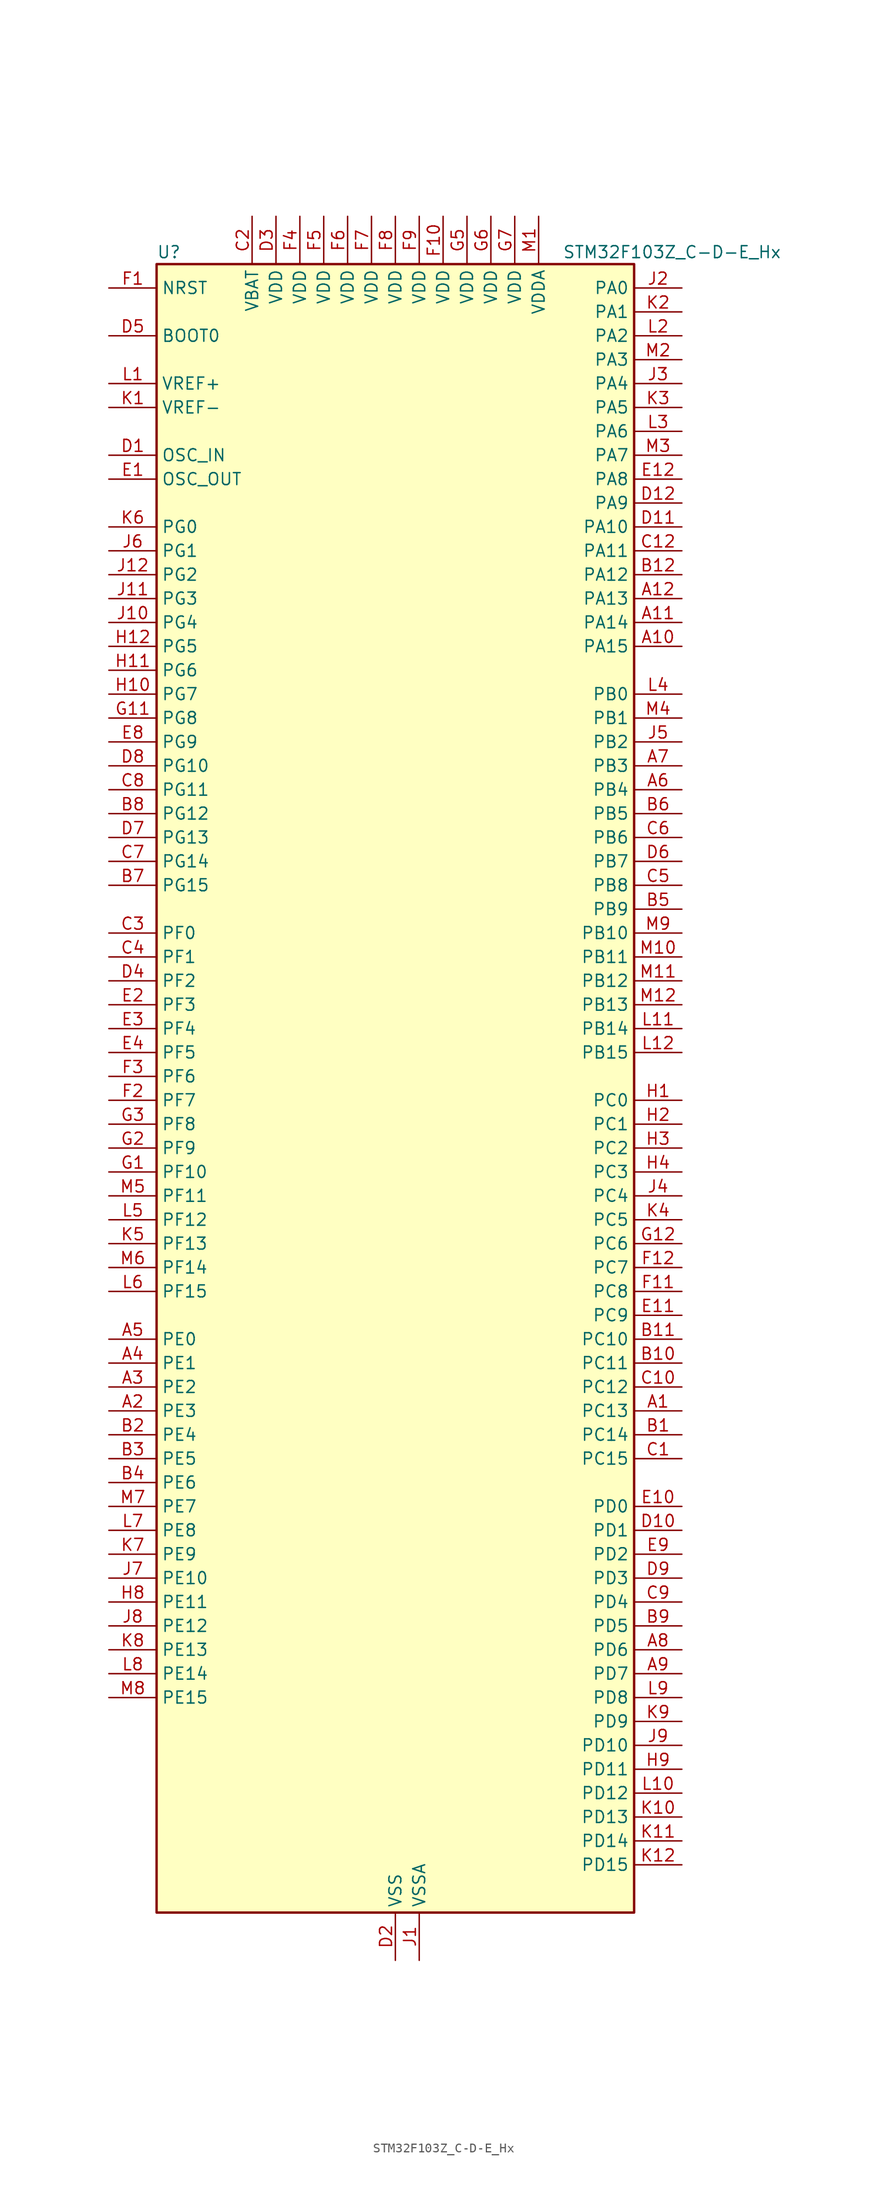
<source format=kicad_sym>
(kicad_symbol_lib
  (version 20231120)
  (generator "kicad_symbol_editor")
  (generator_version "8.0")
  (symbol "STM32F103Z_C-D-E_Hx"
    (property "Reference" "U"
      (at -25.4 90.17 0)
      (effects (font (size 1.27 1.27)) (justify left)))
    (property "Value" "STM32F103Z_C-D-E_Hx"
      (at 17.78 90.17 0)
      (effects (font (size 1.27 1.27)) (justify left)))
    (property "ki_locked" ""
      (at 0 0 0)
      (effects (font (size 1.27 1.27))))
    (symbol "STM32F103Z_C-D-E_Hx_0_1"
      (rectangle (start -25.4 -86.36) (end 25.4 88.9) (stroke (width 0.254) (type default)) (fill (type background))))
    (symbol "STM32F103Z_C-D-E_Hx_1_1"
      (pin bidirectional line (at 30.48 -33.02 180) (length 5.08) (name "PC13" (effects (font (size 1.27 1.27)))) (number "A1" (effects (font (size 1.27 1.27)))) (alternate "RTC_OUT" bidirectional line) (alternate "RTC_TAMPER" bidirectional line))
      (pin bidirectional line (at 30.48 48.26 180) (length 5.08) (name "PA15" (effects (font (size 1.27 1.27)))) (number "A10" (effects (font (size 1.27 1.27)))) (alternate "ADC1_EXTI15" bidirectional line) (alternate "ADC2_EXTI15" bidirectional line) (alternate "I2S3_WS" bidirectional line) (alternate "SPI1_NSS" bidirectional line) (alternate "SPI3_NSS" bidirectional line) (alternate "SYS_JTDI" bidirectional line) (alternate "TIM2_CH1" bidirectional line) (alternate "TIM2_ETR" bidirectional line))
      (pin bidirectional line (at 30.48 50.8 180) (length 5.08) (name "PA14" (effects (font (size 1.27 1.27)))) (number "A11" (effects (font (size 1.27 1.27)))) (alternate "SYS_JTCK-SWCLK" bidirectional line))
      (pin bidirectional line (at 30.48 53.34 180) (length 5.08) (name "PA13" (effects (font (size 1.27 1.27)))) (number "A12" (effects (font (size 1.27 1.27)))) (alternate "SYS_JTMS-SWDIO" bidirectional line))
      (pin bidirectional line (at -30.48 -33.02 0) (length 5.08) (name "PE3" (effects (font (size 1.27 1.27)))) (number "A2" (effects (font (size 1.27 1.27)))) (alternate "FSMC_A19" bidirectional line) (alternate "SYS_TRACED0" bidirectional line))
      (pin bidirectional line (at -30.48 -30.48 0) (length 5.08) (name "PE2" (effects (font (size 1.27 1.27)))) (number "A3" (effects (font (size 1.27 1.27)))) (alternate "FSMC_A23" bidirectional line) (alternate "SYS_TRACECLK" bidirectional line))
      (pin bidirectional line (at -30.48 -27.94 0) (length 5.08) (name "PE1" (effects (font (size 1.27 1.27)))) (number "A4" (effects (font (size 1.27 1.27)))) (alternate "FSMC_NBL1" bidirectional line))
      (pin bidirectional line (at -30.48 -25.4 0) (length 5.08) (name "PE0" (effects (font (size 1.27 1.27)))) (number "A5" (effects (font (size 1.27 1.27)))) (alternate "FSMC_NBL0" bidirectional line) (alternate "TIM4_ETR" bidirectional line))
      (pin bidirectional line (at 30.48 33.02 180) (length 5.08) (name "PB4" (effects (font (size 1.27 1.27)))) (number "A6" (effects (font (size 1.27 1.27)))) (alternate "SPI1_MISO" bidirectional line) (alternate "SPI3_MISO" bidirectional line) (alternate "SYS_NJTRST" bidirectional line) (alternate "TIM3_CH1" bidirectional line))
      (pin bidirectional line (at 30.48 35.56 180) (length 5.08) (name "PB3" (effects (font (size 1.27 1.27)))) (number "A7" (effects (font (size 1.27 1.27)))) (alternate "I2S3_CK" bidirectional line) (alternate "SPI1_SCK" bidirectional line) (alternate "SPI3_SCK" bidirectional line) (alternate "SYS_JTDO-TRACESWO" bidirectional line) (alternate "TIM2_CH2" bidirectional line))
      (pin bidirectional line (at 30.48 -58.42 180) (length 5.08) (name "PD6" (effects (font (size 1.27 1.27)))) (number "A8" (effects (font (size 1.27 1.27)))) (alternate "FSMC_NWAIT" bidirectional line) (alternate "USART2_RX" bidirectional line))
      (pin bidirectional line (at 30.48 -60.96 180) (length 5.08) (name "PD7" (effects (font (size 1.27 1.27)))) (number "A9" (effects (font (size 1.27 1.27)))) (alternate "FSMC_NCE2" bidirectional line) (alternate "FSMC_NE1" bidirectional line) (alternate "USART2_CK" bidirectional line))
      (pin bidirectional line (at 30.48 -35.56 180) (length 5.08) (name "PC14" (effects (font (size 1.27 1.27)))) (number "B1" (effects (font (size 1.27 1.27)))) (alternate "RCC_OSC32_IN" bidirectional line))
      (pin bidirectional line (at 30.48 -27.94 180) (length 5.08) (name "PC11" (effects (font (size 1.27 1.27)))) (number "B10" (effects (font (size 1.27 1.27)))) (alternate "ADC1_EXTI11" bidirectional line) (alternate "ADC2_EXTI11" bidirectional line) (alternate "SDIO_D3" bidirectional line) (alternate "UART4_RX" bidirectional line) (alternate "USART3_RX" bidirectional line))
      (pin bidirectional line (at 30.48 -25.4 180) (length 5.08) (name "PC10" (effects (font (size 1.27 1.27)))) (number "B11" (effects (font (size 1.27 1.27)))) (alternate "SDIO_D2" bidirectional line) (alternate "UART4_TX" bidirectional line) (alternate "USART3_TX" bidirectional line))
      (pin bidirectional line (at 30.48 55.88 180) (length 5.08) (name "PA12" (effects (font (size 1.27 1.27)))) (number "B12" (effects (font (size 1.27 1.27)))) (alternate "CAN_TX" bidirectional line) (alternate "TIM1_ETR" bidirectional line) (alternate "USART1_RTS" bidirectional line) (alternate "USB_DP" bidirectional line))
      (pin bidirectional line (at -30.48 -35.56 0) (length 5.08) (name "PE4" (effects (font (size 1.27 1.27)))) (number "B2" (effects (font (size 1.27 1.27)))) (alternate "FSMC_A20" bidirectional line) (alternate "SYS_TRACED1" bidirectional line))
      (pin bidirectional line (at -30.48 -38.1 0) (length 5.08) (name "PE5" (effects (font (size 1.27 1.27)))) (number "B3" (effects (font (size 1.27 1.27)))) (alternate "FSMC_A21" bidirectional line) (alternate "SYS_TRACED2" bidirectional line))
      (pin bidirectional line (at -30.48 -40.64 0) (length 5.08) (name "PE6" (effects (font (size 1.27 1.27)))) (number "B4" (effects (font (size 1.27 1.27)))) (alternate "FSMC_A22" bidirectional line) (alternate "SYS_TRACED3" bidirectional line))
      (pin bidirectional line (at 30.48 20.32 180) (length 5.08) (name "PB9" (effects (font (size 1.27 1.27)))) (number "B5" (effects (font (size 1.27 1.27)))) (alternate "CAN_TX" bidirectional line) (alternate "DAC_EXTI9" bidirectional line) (alternate "I2C1_SDA" bidirectional line) (alternate "SDIO_D5" bidirectional line) (alternate "TIM4_CH4" bidirectional line))
      (pin bidirectional line (at 30.48 30.48 180) (length 5.08) (name "PB5" (effects (font (size 1.27 1.27)))) (number "B6" (effects (font (size 1.27 1.27)))) (alternate "I2C1_SMBA" bidirectional line) (alternate "I2S3_SD" bidirectional line) (alternate "SPI1_MOSI" bidirectional line) (alternate "SPI3_MOSI" bidirectional line) (alternate "TIM3_CH2" bidirectional line))
      (pin bidirectional line (at -30.48 22.86 0) (length 5.08) (name "PG15" (effects (font (size 1.27 1.27)))) (number "B7" (effects (font (size 1.27 1.27)))) (alternate "ADC1_EXTI15" bidirectional line) (alternate "ADC2_EXTI15" bidirectional line))
      (pin bidirectional line (at -30.48 30.48 0) (length 5.08) (name "PG12" (effects (font (size 1.27 1.27)))) (number "B8" (effects (font (size 1.27 1.27)))) (alternate "FSMC_NE4" bidirectional line))
      (pin bidirectional line (at 30.48 -55.88 180) (length 5.08) (name "PD5" (effects (font (size 1.27 1.27)))) (number "B9" (effects (font (size 1.27 1.27)))) (alternate "FSMC_NWE" bidirectional line) (alternate "USART2_TX" bidirectional line))
      (pin bidirectional line (at 30.48 -38.1 180) (length 5.08) (name "PC15" (effects (font (size 1.27 1.27)))) (number "C1" (effects (font (size 1.27 1.27)))) (alternate "ADC1_EXTI15" bidirectional line) (alternate "ADC2_EXTI15" bidirectional line) (alternate "RCC_OSC32_OUT" bidirectional line))
      (pin bidirectional line (at 30.48 -30.48 180) (length 5.08) (name "PC12" (effects (font (size 1.27 1.27)))) (number "C10" (effects (font (size 1.27 1.27)))) (alternate "SDIO_CK" bidirectional line) (alternate "UART5_TX" bidirectional line) (alternate "USART3_CK" bidirectional line))
      (pin no_connect line (at -25.4 -86.36 0) (length 5.08) hide (name "NC" (effects (font (size 1.27 1.27)))) (number "C11" (effects (font (size 1.27 1.27)))))
      (pin bidirectional line (at 30.48 58.42 180) (length 5.08) (name "PA11" (effects (font (size 1.27 1.27)))) (number "C12" (effects (font (size 1.27 1.27)))) (alternate "ADC1_EXTI11" bidirectional line) (alternate "ADC2_EXTI11" bidirectional line) (alternate "CAN_RX" bidirectional line) (alternate "TIM1_CH4" bidirectional line) (alternate "USART1_CTS" bidirectional line) (alternate "USB_DM" bidirectional line))
      (pin power_in line (at -15.24 93.98 270) (length 5.08) (name "VBAT" (effects (font (size 1.27 1.27)))) (number "C2" (effects (font (size 1.27 1.27)))))
      (pin bidirectional line (at -30.48 17.78 0) (length 5.08) (name "PF0" (effects (font (size 1.27 1.27)))) (number "C3" (effects (font (size 1.27 1.27)))) (alternate "FSMC_A0" bidirectional line))
      (pin bidirectional line (at -30.48 15.24 0) (length 5.08) (name "PF1" (effects (font (size 1.27 1.27)))) (number "C4" (effects (font (size 1.27 1.27)))) (alternate "FSMC_A1" bidirectional line))
      (pin bidirectional line (at 30.48 22.86 180) (length 5.08) (name "PB8" (effects (font (size 1.27 1.27)))) (number "C5" (effects (font (size 1.27 1.27)))) (alternate "CAN_RX" bidirectional line) (alternate "I2C1_SCL" bidirectional line) (alternate "SDIO_D4" bidirectional line) (alternate "TIM4_CH3" bidirectional line))
      (pin bidirectional line (at 30.48 27.94 180) (length 5.08) (name "PB6" (effects (font (size 1.27 1.27)))) (number "C6" (effects (font (size 1.27 1.27)))) (alternate "I2C1_SCL" bidirectional line) (alternate "TIM4_CH1" bidirectional line) (alternate "USART1_TX" bidirectional line))
      (pin bidirectional line (at -30.48 25.4 0) (length 5.08) (name "PG14" (effects (font (size 1.27 1.27)))) (number "C7" (effects (font (size 1.27 1.27)))) (alternate "FSMC_A25" bidirectional line))
      (pin bidirectional line (at -30.48 33.02 0) (length 5.08) (name "PG11" (effects (font (size 1.27 1.27)))) (number "C8" (effects (font (size 1.27 1.27)))) (alternate "ADC1_EXTI11" bidirectional line) (alternate "ADC2_EXTI11" bidirectional line) (alternate "FSMC_NCE4_2" bidirectional line))
      (pin bidirectional line (at 30.48 -53.34 180) (length 5.08) (name "PD4" (effects (font (size 1.27 1.27)))) (number "C9" (effects (font (size 1.27 1.27)))) (alternate "FSMC_NOE" bidirectional line) (alternate "USART2_RTS" bidirectional line))
      (pin input line (at -30.48 68.58 0) (length 5.08) (name "OSC_IN" (effects (font (size 1.27 1.27)))) (number "D1" (effects (font (size 1.27 1.27)))) (alternate "RCC_OSC_IN" bidirectional line))
      (pin bidirectional line (at 30.48 -45.72 180) (length 5.08) (name "PD1" (effects (font (size 1.27 1.27)))) (number "D10" (effects (font (size 1.27 1.27)))) (alternate "CAN_TX" bidirectional line) (alternate "FSMC_D3" bidirectional line) (alternate "FSMC_DA3" bidirectional line))
      (pin bidirectional line (at 30.48 60.96 180) (length 5.08) (name "PA10" (effects (font (size 1.27 1.27)))) (number "D11" (effects (font (size 1.27 1.27)))) (alternate "TIM1_CH3" bidirectional line) (alternate "USART1_RX" bidirectional line))
      (pin bidirectional line (at 30.48 63.5 180) (length 5.08) (name "PA9" (effects (font (size 1.27 1.27)))) (number "D12" (effects (font (size 1.27 1.27)))) (alternate "DAC_EXTI9" bidirectional line) (alternate "TIM1_CH2" bidirectional line) (alternate "USART1_TX" bidirectional line))
      (pin power_in line (at 0 -91.44 90) (length 5.08) (name "VSS" (effects (font (size 1.27 1.27)))) (number "D2" (effects (font (size 1.27 1.27)))))
      (pin power_in line (at -12.7 93.98 270) (length 5.08) (name "VDD" (effects (font (size 1.27 1.27)))) (number "D3" (effects (font (size 1.27 1.27)))))
      (pin bidirectional line (at -30.48 12.7 0) (length 5.08) (name "PF2" (effects (font (size 1.27 1.27)))) (number "D4" (effects (font (size 1.27 1.27)))) (alternate "FSMC_A2" bidirectional line))
      (pin input line (at -30.48 81.28 0) (length 5.08) (name "BOOT0" (effects (font (size 1.27 1.27)))) (number "D5" (effects (font (size 1.27 1.27)))))
      (pin bidirectional line (at 30.48 25.4 180) (length 5.08) (name "PB7" (effects (font (size 1.27 1.27)))) (number "D6" (effects (font (size 1.27 1.27)))) (alternate "FSMC_NL" bidirectional line) (alternate "I2C1_SDA" bidirectional line) (alternate "TIM4_CH2" bidirectional line) (alternate "USART1_RX" bidirectional line))
      (pin bidirectional line (at -30.48 27.94 0) (length 5.08) (name "PG13" (effects (font (size 1.27 1.27)))) (number "D7" (effects (font (size 1.27 1.27)))) (alternate "FSMC_A24" bidirectional line))
      (pin bidirectional line (at -30.48 35.56 0) (length 5.08) (name "PG10" (effects (font (size 1.27 1.27)))) (number "D8" (effects (font (size 1.27 1.27)))) (alternate "FSMC_NCE4_1" bidirectional line) (alternate "FSMC_NE3" bidirectional line))
      (pin bidirectional line (at 30.48 -50.8 180) (length 5.08) (name "PD3" (effects (font (size 1.27 1.27)))) (number "D9" (effects (font (size 1.27 1.27)))) (alternate "FSMC_CLK" bidirectional line) (alternate "USART2_CTS" bidirectional line))
      (pin input line (at -30.48 66.04 0) (length 5.08) (name "OSC_OUT" (effects (font (size 1.27 1.27)))) (number "E1" (effects (font (size 1.27 1.27)))) (alternate "RCC_OSC_OUT" bidirectional line))
      (pin bidirectional line (at 30.48 -43.18 180) (length 5.08) (name "PD0" (effects (font (size 1.27 1.27)))) (number "E10" (effects (font (size 1.27 1.27)))) (alternate "CAN_RX" bidirectional line) (alternate "FSMC_D2" bidirectional line) (alternate "FSMC_DA2" bidirectional line))
      (pin bidirectional line (at 30.48 -22.86 180) (length 5.08) (name "PC9" (effects (font (size 1.27 1.27)))) (number "E11" (effects (font (size 1.27 1.27)))) (alternate "DAC_EXTI9" bidirectional line) (alternate "SDIO_D1" bidirectional line) (alternate "TIM3_CH4" bidirectional line) (alternate "TIM8_CH4" bidirectional line))
      (pin bidirectional line (at 30.48 66.04 180) (length 5.08) (name "PA8" (effects (font (size 1.27 1.27)))) (number "E12" (effects (font (size 1.27 1.27)))) (alternate "RCC_MCO" bidirectional line) (alternate "TIM1_CH1" bidirectional line) (alternate "USART1_CK" bidirectional line))
      (pin bidirectional line (at -30.48 10.16 0) (length 5.08) (name "PF3" (effects (font (size 1.27 1.27)))) (number "E2" (effects (font (size 1.27 1.27)))) (alternate "FSMC_A3" bidirectional line))
      (pin bidirectional line (at -30.48 7.62 0) (length 5.08) (name "PF4" (effects (font (size 1.27 1.27)))) (number "E3" (effects (font (size 1.27 1.27)))) (alternate "FSMC_A4" bidirectional line))
      (pin bidirectional line (at -30.48 5.08 0) (length 5.08) (name "PF5" (effects (font (size 1.27 1.27)))) (number "E4" (effects (font (size 1.27 1.27)))) (alternate "FSMC_A5" bidirectional line))
      (pin passive line (at 0 -91.44 90) (length 5.08) hide (name "VSS" (effects (font (size 1.27 1.27)))) (number "E5" (effects (font (size 1.27 1.27)))))
      (pin passive line (at 0 -91.44 90) (length 5.08) hide (name "VSS" (effects (font (size 1.27 1.27)))) (number "E6" (effects (font (size 1.27 1.27)))))
      (pin passive line (at 0 -91.44 90) (length 5.08) hide (name "VSS" (effects (font (size 1.27 1.27)))) (number "E7" (effects (font (size 1.27 1.27)))))
      (pin bidirectional line (at -30.48 38.1 0) (length 5.08) (name "PG9" (effects (font (size 1.27 1.27)))) (number "E8" (effects (font (size 1.27 1.27)))) (alternate "DAC_EXTI9" bidirectional line) (alternate "FSMC_NCE3" bidirectional line) (alternate "FSMC_NE2" bidirectional line))
      (pin bidirectional line (at 30.48 -48.26 180) (length 5.08) (name "PD2" (effects (font (size 1.27 1.27)))) (number "E9" (effects (font (size 1.27 1.27)))) (alternate "SDIO_CMD" bidirectional line) (alternate "TIM3_ETR" bidirectional line) (alternate "UART5_RX" bidirectional line))
      (pin input line (at -30.48 86.36 0) (length 5.08) (name "NRST" (effects (font (size 1.27 1.27)))) (number "F1" (effects (font (size 1.27 1.27)))))
      (pin power_in line (at 5.08 93.98 270) (length 5.08) (name "VDD" (effects (font (size 1.27 1.27)))) (number "F10" (effects (font (size 1.27 1.27)))))
      (pin bidirectional line (at 30.48 -20.32 180) (length 5.08) (name "PC8" (effects (font (size 1.27 1.27)))) (number "F11" (effects (font (size 1.27 1.27)))) (alternate "SDIO_D0" bidirectional line) (alternate "TIM3_CH3" bidirectional line) (alternate "TIM8_CH3" bidirectional line))
      (pin bidirectional line (at 30.48 -17.78 180) (length 5.08) (name "PC7" (effects (font (size 1.27 1.27)))) (number "F12" (effects (font (size 1.27 1.27)))) (alternate "I2S3_MCK" bidirectional line) (alternate "SDIO_D7" bidirectional line) (alternate "TIM3_CH2" bidirectional line) (alternate "TIM8_CH2" bidirectional line))
      (pin bidirectional line (at -30.48 0 0) (length 5.08) (name "PF7" (effects (font (size 1.27 1.27)))) (number "F2" (effects (font (size 1.27 1.27)))) (alternate "ADC3_IN5" bidirectional line) (alternate "FSMC_NREG" bidirectional line))
      (pin bidirectional line (at -30.48 2.54 0) (length 5.08) (name "PF6" (effects (font (size 1.27 1.27)))) (number "F3" (effects (font (size 1.27 1.27)))) (alternate "ADC3_IN4" bidirectional line) (alternate "FSMC_NIORD" bidirectional line))
      (pin power_in line (at -10.16 93.98 270) (length 5.08) (name "VDD" (effects (font (size 1.27 1.27)))) (number "F4" (effects (font (size 1.27 1.27)))))
      (pin power_in line (at -7.62 93.98 270) (length 5.08) (name "VDD" (effects (font (size 1.27 1.27)))) (number "F5" (effects (font (size 1.27 1.27)))))
      (pin power_in line (at -5.08 93.98 270) (length 5.08) (name "VDD" (effects (font (size 1.27 1.27)))) (number "F6" (effects (font (size 1.27 1.27)))))
      (pin power_in line (at -2.54 93.98 270) (length 5.08) (name "VDD" (effects (font (size 1.27 1.27)))) (number "F7" (effects (font (size 1.27 1.27)))))
      (pin power_in line (at 0 93.98 270) (length 5.08) (name "VDD" (effects (font (size 1.27 1.27)))) (number "F8" (effects (font (size 1.27 1.27)))))
      (pin power_in line (at 2.54 93.98 270) (length 5.08) (name "VDD" (effects (font (size 1.27 1.27)))) (number "F9" (effects (font (size 1.27 1.27)))))
      (pin bidirectional line (at -30.48 -7.62 0) (length 5.08) (name "PF10" (effects (font (size 1.27 1.27)))) (number "G1" (effects (font (size 1.27 1.27)))) (alternate "ADC3_IN8" bidirectional line) (alternate "FSMC_INTR" bidirectional line))
      (pin passive line (at 0 -91.44 90) (length 5.08) hide (name "VSS" (effects (font (size 1.27 1.27)))) (number "G10" (effects (font (size 1.27 1.27)))))
      (pin bidirectional line (at -30.48 40.64 0) (length 5.08) (name "PG8" (effects (font (size 1.27 1.27)))) (number "G11" (effects (font (size 1.27 1.27)))))
      (pin bidirectional line (at 30.48 -15.24 180) (length 5.08) (name "PC6" (effects (font (size 1.27 1.27)))) (number "G12" (effects (font (size 1.27 1.27)))) (alternate "I2S2_MCK" bidirectional line) (alternate "SDIO_D6" bidirectional line) (alternate "TIM3_CH1" bidirectional line) (alternate "TIM8_CH1" bidirectional line))
      (pin bidirectional line (at -30.48 -5.08 0) (length 5.08) (name "PF9" (effects (font (size 1.27 1.27)))) (number "G2" (effects (font (size 1.27 1.27)))) (alternate "ADC3_IN7" bidirectional line) (alternate "DAC_EXTI9" bidirectional line) (alternate "FSMC_CD" bidirectional line))
      (pin bidirectional line (at -30.48 -2.54 0) (length 5.08) (name "PF8" (effects (font (size 1.27 1.27)))) (number "G3" (effects (font (size 1.27 1.27)))) (alternate "ADC3_IN6" bidirectional line) (alternate "FSMC_NIOWR" bidirectional line))
      (pin passive line (at 0 -91.44 90) (length 5.08) hide (name "VSS" (effects (font (size 1.27 1.27)))) (number "G4" (effects (font (size 1.27 1.27)))))
      (pin power_in line (at 7.62 93.98 270) (length 5.08) (name "VDD" (effects (font (size 1.27 1.27)))) (number "G5" (effects (font (size 1.27 1.27)))))
      (pin power_in line (at 10.16 93.98 270) (length 5.08) (name "VDD" (effects (font (size 1.27 1.27)))) (number "G6" (effects (font (size 1.27 1.27)))))
      (pin power_in line (at 12.7 93.98 270) (length 5.08) (name "VDD" (effects (font (size 1.27 1.27)))) (number "G7" (effects (font (size 1.27 1.27)))))
      (pin passive line (at 0 -91.44 90) (length 5.08) hide (name "VSS" (effects (font (size 1.27 1.27)))) (number "G8" (effects (font (size 1.27 1.27)))))
      (pin passive line (at 0 -91.44 90) (length 5.08) hide (name "VSS" (effects (font (size 1.27 1.27)))) (number "G9" (effects (font (size 1.27 1.27)))))
      (pin bidirectional line (at 30.48 0 180) (length 5.08) (name "PC0" (effects (font (size 1.27 1.27)))) (number "H1" (effects (font (size 1.27 1.27)))) (alternate "ADC1_IN10" bidirectional line) (alternate "ADC2_IN10" bidirectional line) (alternate "ADC3_IN10" bidirectional line))
      (pin bidirectional line (at -30.48 43.18 0) (length 5.08) (name "PG7" (effects (font (size 1.27 1.27)))) (number "H10" (effects (font (size 1.27 1.27)))) (alternate "FSMC_INT3" bidirectional line))
      (pin bidirectional line (at -30.48 45.72 0) (length 5.08) (name "PG6" (effects (font (size 1.27 1.27)))) (number "H11" (effects (font (size 1.27 1.27)))) (alternate "FSMC_INT2" bidirectional line))
      (pin bidirectional line (at -30.48 48.26 0) (length 5.08) (name "PG5" (effects (font (size 1.27 1.27)))) (number "H12" (effects (font (size 1.27 1.27)))) (alternate "FSMC_A15" bidirectional line))
      (pin bidirectional line (at 30.48 -2.54 180) (length 5.08) (name "PC1" (effects (font (size 1.27 1.27)))) (number "H2" (effects (font (size 1.27 1.27)))) (alternate "ADC1_IN11" bidirectional line) (alternate "ADC2_IN11" bidirectional line) (alternate "ADC3_IN11" bidirectional line))
      (pin bidirectional line (at 30.48 -5.08 180) (length 5.08) (name "PC2" (effects (font (size 1.27 1.27)))) (number "H3" (effects (font (size 1.27 1.27)))) (alternate "ADC1_IN12" bidirectional line) (alternate "ADC2_IN12" bidirectional line) (alternate "ADC3_IN12" bidirectional line))
      (pin bidirectional line (at 30.48 -7.62 180) (length 5.08) (name "PC3" (effects (font (size 1.27 1.27)))) (number "H4" (effects (font (size 1.27 1.27)))) (alternate "ADC1_IN13" bidirectional line) (alternate "ADC2_IN13" bidirectional line) (alternate "ADC3_IN13" bidirectional line))
      (pin passive line (at 0 -91.44 90) (length 5.08) hide (name "VSS" (effects (font (size 1.27 1.27)))) (number "H5" (effects (font (size 1.27 1.27)))))
      (pin passive line (at 0 -91.44 90) (length 5.08) hide (name "VSS" (effects (font (size 1.27 1.27)))) (number "H6" (effects (font (size 1.27 1.27)))))
      (pin passive line (at 0 -91.44 90) (length 5.08) hide (name "VSS" (effects (font (size 1.27 1.27)))) (number "H7" (effects (font (size 1.27 1.27)))))
      (pin bidirectional line (at -30.48 -53.34 0) (length 5.08) (name "PE11" (effects (font (size 1.27 1.27)))) (number "H8" (effects (font (size 1.27 1.27)))) (alternate "ADC1_EXTI11" bidirectional line) (alternate "ADC2_EXTI11" bidirectional line) (alternate "FSMC_D8" bidirectional line) (alternate "FSMC_DA8" bidirectional line) (alternate "TIM1_CH2" bidirectional line))
      (pin bidirectional line (at 30.48 -71.12 180) (length 5.08) (name "PD11" (effects (font (size 1.27 1.27)))) (number "H9" (effects (font (size 1.27 1.27)))) (alternate "ADC1_EXTI11" bidirectional line) (alternate "ADC2_EXTI11" bidirectional line) (alternate "FSMC_A16" bidirectional line) (alternate "FSMC_CLE" bidirectional line) (alternate "USART3_CTS" bidirectional line))
      (pin power_in line (at 2.54 -91.44 90) (length 5.08) (name "VSSA" (effects (font (size 1.27 1.27)))) (number "J1" (effects (font (size 1.27 1.27)))))
      (pin bidirectional line (at -30.48 50.8 0) (length 5.08) (name "PG4" (effects (font (size 1.27 1.27)))) (number "J10" (effects (font (size 1.27 1.27)))) (alternate "FSMC_A14" bidirectional line))
      (pin bidirectional line (at -30.48 53.34 0) (length 5.08) (name "PG3" (effects (font (size 1.27 1.27)))) (number "J11" (effects (font (size 1.27 1.27)))) (alternate "FSMC_A13" bidirectional line))
      (pin bidirectional line (at -30.48 55.88 0) (length 5.08) (name "PG2" (effects (font (size 1.27 1.27)))) (number "J12" (effects (font (size 1.27 1.27)))) (alternate "FSMC_A12" bidirectional line))
      (pin bidirectional line (at 30.48 86.36 180) (length 5.08) (name "PA0" (effects (font (size 1.27 1.27)))) (number "J2" (effects (font (size 1.27 1.27)))) (alternate "ADC1_IN0" bidirectional line) (alternate "ADC2_IN0" bidirectional line) (alternate "ADC3_IN0" bidirectional line) (alternate "SYS_WKUP" bidirectional line) (alternate "TIM2_CH1" bidirectional line) (alternate "TIM2_ETR" bidirectional line) (alternate "TIM5_CH1" bidirectional line) (alternate "TIM8_ETR" bidirectional line) (alternate "USART2_CTS" bidirectional line))
      (pin bidirectional line (at 30.48 76.2 180) (length 5.08) (name "PA4" (effects (font (size 1.27 1.27)))) (number "J3" (effects (font (size 1.27 1.27)))) (alternate "ADC1_IN4" bidirectional line) (alternate "ADC2_IN4" bidirectional line) (alternate "DAC_OUT1" bidirectional line) (alternate "SPI1_NSS" bidirectional line) (alternate "USART2_CK" bidirectional line))
      (pin bidirectional line (at 30.48 -10.16 180) (length 5.08) (name "PC4" (effects (font (size 1.27 1.27)))) (number "J4" (effects (font (size 1.27 1.27)))) (alternate "ADC1_IN14" bidirectional line) (alternate "ADC2_IN14" bidirectional line))
      (pin bidirectional line (at 30.48 38.1 180) (length 5.08) (name "PB2" (effects (font (size 1.27 1.27)))) (number "J5" (effects (font (size 1.27 1.27)))))
      (pin bidirectional line (at -30.48 58.42 0) (length 5.08) (name "PG1" (effects (font (size 1.27 1.27)))) (number "J6" (effects (font (size 1.27 1.27)))) (alternate "FSMC_A11" bidirectional line))
      (pin bidirectional line (at -30.48 -50.8 0) (length 5.08) (name "PE10" (effects (font (size 1.27 1.27)))) (number "J7" (effects (font (size 1.27 1.27)))) (alternate "FSMC_D7" bidirectional line) (alternate "FSMC_DA7" bidirectional line) (alternate "TIM1_CH2N" bidirectional line))
      (pin bidirectional line (at -30.48 -55.88 0) (length 5.08) (name "PE12" (effects (font (size 1.27 1.27)))) (number "J8" (effects (font (size 1.27 1.27)))) (alternate "FSMC_D9" bidirectional line) (alternate "FSMC_DA9" bidirectional line) (alternate "TIM1_CH3N" bidirectional line))
      (pin bidirectional line (at 30.48 -68.58 180) (length 5.08) (name "PD10" (effects (font (size 1.27 1.27)))) (number "J9" (effects (font (size 1.27 1.27)))) (alternate "FSMC_D15" bidirectional line) (alternate "FSMC_DA15" bidirectional line) (alternate "USART3_CK" bidirectional line))
      (pin input line (at -30.48 73.66 0) (length 5.08) (name "VREF-" (effects (font (size 1.27 1.27)))) (number "K1" (effects (font (size 1.27 1.27)))))
      (pin bidirectional line (at 30.48 -76.2 180) (length 5.08) (name "PD13" (effects (font (size 1.27 1.27)))) (number "K10" (effects (font (size 1.27 1.27)))) (alternate "FSMC_A18" bidirectional line) (alternate "TIM4_CH2" bidirectional line))
      (pin bidirectional line (at 30.48 -78.74 180) (length 5.08) (name "PD14" (effects (font (size 1.27 1.27)))) (number "K11" (effects (font (size 1.27 1.27)))) (alternate "FSMC_D0" bidirectional line) (alternate "FSMC_DA0" bidirectional line) (alternate "TIM4_CH3" bidirectional line))
      (pin bidirectional line (at 30.48 -81.28 180) (length 5.08) (name "PD15" (effects (font (size 1.27 1.27)))) (number "K12" (effects (font (size 1.27 1.27)))) (alternate "ADC1_EXTI15" bidirectional line) (alternate "ADC2_EXTI15" bidirectional line) (alternate "FSMC_D1" bidirectional line) (alternate "FSMC_DA1" bidirectional line) (alternate "TIM4_CH4" bidirectional line))
      (pin bidirectional line (at 30.48 83.82 180) (length 5.08) (name "PA1" (effects (font (size 1.27 1.27)))) (number "K2" (effects (font (size 1.27 1.27)))) (alternate "ADC1_IN1" bidirectional line) (alternate "ADC2_IN1" bidirectional line) (alternate "ADC3_IN1" bidirectional line) (alternate "TIM2_CH2" bidirectional line) (alternate "TIM5_CH2" bidirectional line) (alternate "USART2_RTS" bidirectional line))
      (pin bidirectional line (at 30.48 73.66 180) (length 5.08) (name "PA5" (effects (font (size 1.27 1.27)))) (number "K3" (effects (font (size 1.27 1.27)))) (alternate "ADC1_IN5" bidirectional line) (alternate "ADC2_IN5" bidirectional line) (alternate "DAC_OUT2" bidirectional line) (alternate "SPI1_SCK" bidirectional line))
      (pin bidirectional line (at 30.48 -12.7 180) (length 5.08) (name "PC5" (effects (font (size 1.27 1.27)))) (number "K4" (effects (font (size 1.27 1.27)))) (alternate "ADC1_IN15" bidirectional line) (alternate "ADC2_IN15" bidirectional line))
      (pin bidirectional line (at -30.48 -15.24 0) (length 5.08) (name "PF13" (effects (font (size 1.27 1.27)))) (number "K5" (effects (font (size 1.27 1.27)))) (alternate "FSMC_A7" bidirectional line))
      (pin bidirectional line (at -30.48 60.96 0) (length 5.08) (name "PG0" (effects (font (size 1.27 1.27)))) (number "K6" (effects (font (size 1.27 1.27)))) (alternate "FSMC_A10" bidirectional line))
      (pin bidirectional line (at -30.48 -48.26 0) (length 5.08) (name "PE9" (effects (font (size 1.27 1.27)))) (number "K7" (effects (font (size 1.27 1.27)))) (alternate "DAC_EXTI9" bidirectional line) (alternate "FSMC_D6" bidirectional line) (alternate "FSMC_DA6" bidirectional line) (alternate "TIM1_CH1" bidirectional line))
      (pin bidirectional line (at -30.48 -58.42 0) (length 5.08) (name "PE13" (effects (font (size 1.27 1.27)))) (number "K8" (effects (font (size 1.27 1.27)))) (alternate "FSMC_D10" bidirectional line) (alternate "FSMC_DA10" bidirectional line) (alternate "TIM1_CH3" bidirectional line))
      (pin bidirectional line (at 30.48 -66.04 180) (length 5.08) (name "PD9" (effects (font (size 1.27 1.27)))) (number "K9" (effects (font (size 1.27 1.27)))) (alternate "DAC_EXTI9" bidirectional line) (alternate "FSMC_D14" bidirectional line) (alternate "FSMC_DA14" bidirectional line) (alternate "USART3_RX" bidirectional line))
      (pin input line (at -30.48 76.2 0) (length 5.08) (name "VREF+" (effects (font (size 1.27 1.27)))) (number "L1" (effects (font (size 1.27 1.27)))))
      (pin bidirectional line (at 30.48 -73.66 180) (length 5.08) (name "PD12" (effects (font (size 1.27 1.27)))) (number "L10" (effects (font (size 1.27 1.27)))) (alternate "FSMC_A17" bidirectional line) (alternate "FSMC_ALE" bidirectional line) (alternate "TIM4_CH1" bidirectional line) (alternate "USART3_RTS" bidirectional line))
      (pin bidirectional line (at 30.48 7.62 180) (length 5.08) (name "PB14" (effects (font (size 1.27 1.27)))) (number "L11" (effects (font (size 1.27 1.27)))) (alternate "SPI2_MISO" bidirectional line) (alternate "TIM1_CH2N" bidirectional line) (alternate "USART3_RTS" bidirectional line))
      (pin bidirectional line (at 30.48 5.08 180) (length 5.08) (name "PB15" (effects (font (size 1.27 1.27)))) (number "L12" (effects (font (size 1.27 1.27)))) (alternate "ADC1_EXTI15" bidirectional line) (alternate "ADC2_EXTI15" bidirectional line) (alternate "I2S2_SD" bidirectional line) (alternate "SPI2_MOSI" bidirectional line) (alternate "TIM1_CH3N" bidirectional line))
      (pin bidirectional line (at 30.48 81.28 180) (length 5.08) (name "PA2" (effects (font (size 1.27 1.27)))) (number "L2" (effects (font (size 1.27 1.27)))) (alternate "ADC1_IN2" bidirectional line) (alternate "ADC2_IN2" bidirectional line) (alternate "ADC3_IN2" bidirectional line) (alternate "TIM2_CH3" bidirectional line) (alternate "TIM5_CH3" bidirectional line) (alternate "USART2_TX" bidirectional line))
      (pin bidirectional line (at 30.48 71.12 180) (length 5.08) (name "PA6" (effects (font (size 1.27 1.27)))) (number "L3" (effects (font (size 1.27 1.27)))) (alternate "ADC1_IN6" bidirectional line) (alternate "ADC2_IN6" bidirectional line) (alternate "SPI1_MISO" bidirectional line) (alternate "TIM1_BKIN" bidirectional line) (alternate "TIM3_CH1" bidirectional line) (alternate "TIM8_BKIN" bidirectional line))
      (pin bidirectional line (at 30.48 43.18 180) (length 5.08) (name "PB0" (effects (font (size 1.27 1.27)))) (number "L4" (effects (font (size 1.27 1.27)))) (alternate "ADC1_IN8" bidirectional line) (alternate "ADC2_IN8" bidirectional line) (alternate "TIM1_CH2N" bidirectional line) (alternate "TIM3_CH3" bidirectional line) (alternate "TIM8_CH2N" bidirectional line))
      (pin bidirectional line (at -30.48 -12.7 0) (length 5.08) (name "PF12" (effects (font (size 1.27 1.27)))) (number "L5" (effects (font (size 1.27 1.27)))) (alternate "FSMC_A6" bidirectional line))
      (pin bidirectional line (at -30.48 -20.32 0) (length 5.08) (name "PF15" (effects (font (size 1.27 1.27)))) (number "L6" (effects (font (size 1.27 1.27)))) (alternate "ADC1_EXTI15" bidirectional line) (alternate "ADC2_EXTI15" bidirectional line) (alternate "FSMC_A9" bidirectional line))
      (pin bidirectional line (at -30.48 -45.72 0) (length 5.08) (name "PE8" (effects (font (size 1.27 1.27)))) (number "L7" (effects (font (size 1.27 1.27)))) (alternate "FSMC_D5" bidirectional line) (alternate "FSMC_DA5" bidirectional line) (alternate "TIM1_CH1N" bidirectional line))
      (pin bidirectional line (at -30.48 -60.96 0) (length 5.08) (name "PE14" (effects (font (size 1.27 1.27)))) (number "L8" (effects (font (size 1.27 1.27)))) (alternate "FSMC_D11" bidirectional line) (alternate "FSMC_DA11" bidirectional line) (alternate "TIM1_CH4" bidirectional line))
      (pin bidirectional line (at 30.48 -63.5 180) (length 5.08) (name "PD8" (effects (font (size 1.27 1.27)))) (number "L9" (effects (font (size 1.27 1.27)))) (alternate "FSMC_D13" bidirectional line) (alternate "FSMC_DA13" bidirectional line) (alternate "USART3_TX" bidirectional line))
      (pin power_in line (at 15.24 93.98 270) (length 5.08) (name "VDDA" (effects (font (size 1.27 1.27)))) (number "M1" (effects (font (size 1.27 1.27)))))
      (pin bidirectional line (at 30.48 15.24 180) (length 5.08) (name "PB11" (effects (font (size 1.27 1.27)))) (number "M10" (effects (font (size 1.27 1.27)))) (alternate "ADC1_EXTI11" bidirectional line) (alternate "ADC2_EXTI11" bidirectional line) (alternate "I2C2_SDA" bidirectional line) (alternate "TIM2_CH4" bidirectional line) (alternate "USART3_RX" bidirectional line))
      (pin bidirectional line (at 30.48 12.7 180) (length 5.08) (name "PB12" (effects (font (size 1.27 1.27)))) (number "M11" (effects (font (size 1.27 1.27)))) (alternate "I2C2_SMBA" bidirectional line) (alternate "I2S2_WS" bidirectional line) (alternate "SPI2_NSS" bidirectional line) (alternate "TIM1_BKIN" bidirectional line) (alternate "USART3_CK" bidirectional line))
      (pin bidirectional line (at 30.48 10.16 180) (length 5.08) (name "PB13" (effects (font (size 1.27 1.27)))) (number "M12" (effects (font (size 1.27 1.27)))) (alternate "I2S2_CK" bidirectional line) (alternate "SPI2_SCK" bidirectional line) (alternate "TIM1_CH1N" bidirectional line) (alternate "USART3_CTS" bidirectional line))
      (pin bidirectional line (at 30.48 78.74 180) (length 5.08) (name "PA3" (effects (font (size 1.27 1.27)))) (number "M2" (effects (font (size 1.27 1.27)))) (alternate "ADC1_IN3" bidirectional line) (alternate "ADC2_IN3" bidirectional line) (alternate "ADC3_IN3" bidirectional line) (alternate "TIM2_CH4" bidirectional line) (alternate "TIM5_CH4" bidirectional line) (alternate "USART2_RX" bidirectional line))
      (pin bidirectional line (at 30.48 68.58 180) (length 5.08) (name "PA7" (effects (font (size 1.27 1.27)))) (number "M3" (effects (font (size 1.27 1.27)))) (alternate "ADC1_IN7" bidirectional line) (alternate "ADC2_IN7" bidirectional line) (alternate "SPI1_MOSI" bidirectional line) (alternate "TIM1_CH1N" bidirectional line) (alternate "TIM3_CH2" bidirectional line) (alternate "TIM8_CH1N" bidirectional line))
      (pin bidirectional line (at 30.48 40.64 180) (length 5.08) (name "PB1" (effects (font (size 1.27 1.27)))) (number "M4" (effects (font (size 1.27 1.27)))) (alternate "ADC1_IN9" bidirectional line) (alternate "ADC2_IN9" bidirectional line) (alternate "TIM1_CH3N" bidirectional line) (alternate "TIM3_CH4" bidirectional line) (alternate "TIM8_CH3N" bidirectional line))
      (pin bidirectional line (at -30.48 -10.16 0) (length 5.08) (name "PF11" (effects (font (size 1.27 1.27)))) (number "M5" (effects (font (size 1.27 1.27)))) (alternate "ADC1_EXTI11" bidirectional line) (alternate "ADC2_EXTI11" bidirectional line) (alternate "FSMC_NIOS16" bidirectional line))
      (pin bidirectional line (at -30.48 -17.78 0) (length 5.08) (name "PF14" (effects (font (size 1.27 1.27)))) (number "M6" (effects (font (size 1.27 1.27)))) (alternate "FSMC_A8" bidirectional line))
      (pin bidirectional line (at -30.48 -43.18 0) (length 5.08) (name "PE7" (effects (font (size 1.27 1.27)))) (number "M7" (effects (font (size 1.27 1.27)))) (alternate "FSMC_D4" bidirectional line) (alternate "FSMC_DA4" bidirectional line) (alternate "TIM1_ETR" bidirectional line))
      (pin bidirectional line (at -30.48 -63.5 0) (length 5.08) (name "PE15" (effects (font (size 1.27 1.27)))) (number "M8" (effects (font (size 1.27 1.27)))) (alternate "ADC1_EXTI15" bidirectional line) (alternate "ADC2_EXTI15" bidirectional line) (alternate "FSMC_D12" bidirectional line) (alternate "FSMC_DA12" bidirectional line) (alternate "TIM1_BKIN" bidirectional line))
      (pin bidirectional line (at 30.48 17.78 180) (length 5.08) (name "PB10" (effects (font (size 1.27 1.27)))) (number "M9" (effects (font (size 1.27 1.27)))) (alternate "I2C2_SCL" bidirectional line) (alternate "TIM2_CH3" bidirectional line) (alternate "USART3_TX" bidirectional line)))))
</source>
